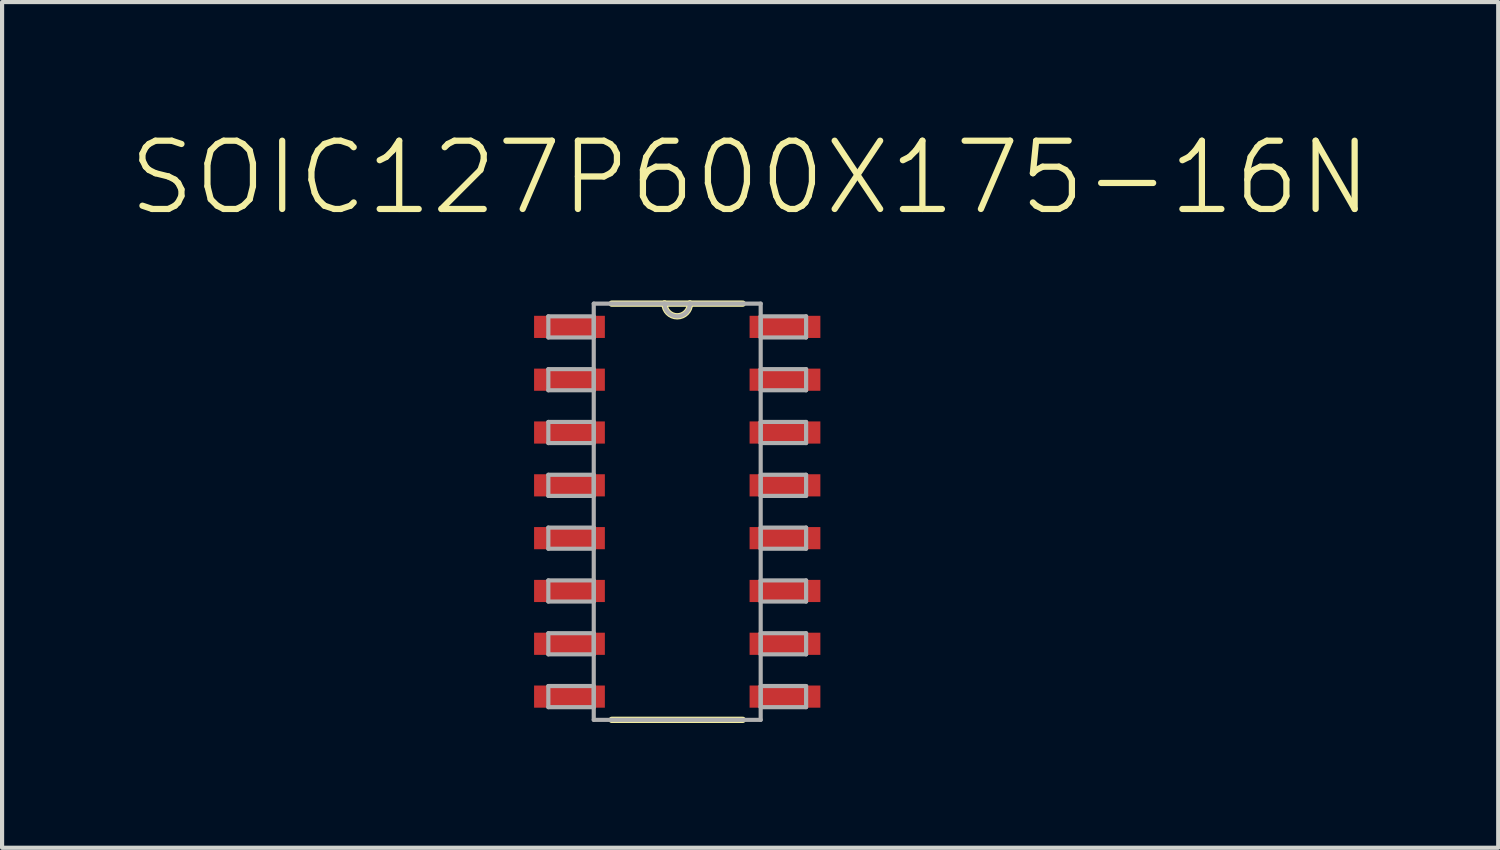
<source format=kicad_pcb>
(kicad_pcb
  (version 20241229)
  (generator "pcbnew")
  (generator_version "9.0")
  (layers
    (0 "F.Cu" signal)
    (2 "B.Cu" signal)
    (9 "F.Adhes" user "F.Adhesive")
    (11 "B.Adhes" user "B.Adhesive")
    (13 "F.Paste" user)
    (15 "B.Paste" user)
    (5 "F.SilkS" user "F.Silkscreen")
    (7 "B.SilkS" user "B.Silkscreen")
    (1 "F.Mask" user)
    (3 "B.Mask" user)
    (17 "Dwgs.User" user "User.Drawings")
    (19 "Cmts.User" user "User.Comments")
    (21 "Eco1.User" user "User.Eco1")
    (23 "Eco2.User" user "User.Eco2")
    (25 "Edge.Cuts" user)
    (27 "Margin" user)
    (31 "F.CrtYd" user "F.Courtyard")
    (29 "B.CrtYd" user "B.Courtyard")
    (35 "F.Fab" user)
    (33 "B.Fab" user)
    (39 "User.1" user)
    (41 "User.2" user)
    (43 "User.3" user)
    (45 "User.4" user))
  (footprint "SOIC127P600X175-16N"
    (layer "F.Cu")
    (at 13.234 9.255)
    (property "Reference" "SOIC127P600X175-16N" (at 1.754 -8.032 0) (layer "F.SilkS") (effects (font (size 1.641 1.641) (thickness 0.15))))
    (attr smd)
    (fp_line (start -1.575 5.004) (end 1.575 5.004) (stroke (width 0.152) (type solid)) (layer "F.SilkS"))
    (fp_line (start -0.305 -5.004) (end -1.575 -5.004) (stroke (width 0.152) (type solid)) (layer "F.SilkS"))
    (fp_line (start 0.305 -5.004) (end -0.305 -5.004) (stroke (width 0.152) (type solid)) (layer "F.SilkS"))
    (fp_line (start 1.575 -5.004) (end 0.305 -5.004) (stroke (width 0.152) (type solid)) (layer "F.SilkS"))
    (fp_arc (start 0.3048 -5.0038) (mid 0 -4.699) (end -0.3048 -5.0038) (stroke (width 0.1524) (type solid)) (layer "F.SilkS"))
    (fp_line (start -3.099 -4.699) (end -3.099 -4.191) (stroke (width 0.1) (type solid)) (layer "F.Fab"))
    (fp_line (start -3.099 -4.191) (end -2.007 -4.191) (stroke (width 0.1) (type solid)) (layer "F.Fab"))
    (fp_line (start -3.099 -3.429) (end -3.099 -2.921) (stroke (width 0.1) (type solid)) (layer "F.Fab"))
    (fp_line (start -3.099 -2.921) (end -2.007 -2.921) (stroke (width 0.1) (type solid)) (layer "F.Fab"))
    (fp_line (start -3.099 -2.159) (end -3.099 -1.651) (stroke (width 0.1) (type solid)) (layer "F.Fab"))
    (fp_line (start -3.099 -1.651) (end -2.007 -1.651) (stroke (width 0.1) (type solid)) (layer "F.Fab"))
    (fp_line (start -3.099 -0.889) (end -3.099 -0.381) (stroke (width 0.1) (type solid)) (layer "F.Fab"))
    (fp_line (start -3.099 -0.381) (end -2.007 -0.381) (stroke (width 0.1) (type solid)) (layer "F.Fab"))
    (fp_line (start -3.099 0.381) (end -3.099 0.889) (stroke (width 0.1) (type solid)) (layer "F.Fab"))
    (fp_line (start -3.099 0.889) (end -2.007 0.889) (stroke (width 0.1) (type solid)) (layer "F.Fab"))
    (fp_line (start -3.099 1.651) (end -3.099 2.159) (stroke (width 0.1) (type solid)) (layer "F.Fab"))
    (fp_line (start -3.099 2.159) (end -2.007 2.159) (stroke (width 0.1) (type solid)) (layer "F.Fab"))
    (fp_line (start -3.099 2.921) (end -3.099 3.429) (stroke (width 0.1) (type solid)) (layer "F.Fab"))
    (fp_line (start -3.099 3.429) (end -2.007 3.429) (stroke (width 0.1) (type solid)) (layer "F.Fab"))
    (fp_line (start -3.099 4.191) (end -3.099 4.699) (stroke (width 0.1) (type solid)) (layer "F.Fab"))
    (fp_line (start -3.099 4.699) (end -2.007 4.699) (stroke (width 0.1) (type solid)) (layer "F.Fab"))
    (fp_line (start -2.007 -5.004) (end -2.007 5.004) (stroke (width 0.1) (type solid)) (layer "F.Fab"))
    (fp_line (start -2.007 -4.699) (end -3.099 -4.699) (stroke (width 0.1) (type solid)) (layer "F.Fab"))
    (fp_line (start -2.007 -4.191) (end -2.007 -4.699) (stroke (width 0.1) (type solid)) (layer "F.Fab"))
    (fp_line (start -2.007 -3.429) (end -3.099 -3.429) (stroke (width 0.1) (type solid)) (layer "F.Fab"))
    (fp_line (start -2.007 -2.921) (end -2.007 -3.429) (stroke (width 0.1) (type solid)) (layer "F.Fab"))
    (fp_line (start -2.007 -2.159) (end -3.099 -2.159) (stroke (width 0.1) (type solid)) (layer "F.Fab"))
    (fp_line (start -2.007 -1.651) (end -2.007 -2.159) (stroke (width 0.1) (type solid)) (layer "F.Fab"))
    (fp_line (start -2.007 -0.889) (end -3.099 -0.889) (stroke (width 0.1) (type solid)) (layer "F.Fab"))
    (fp_line (start -2.007 -0.381) (end -2.007 -0.889) (stroke (width 0.1) (type solid)) (layer "F.Fab"))
    (fp_line (start -2.007 0.381) (end -3.099 0.381) (stroke (width 0.1) (type solid)) (layer "F.Fab"))
    (fp_line (start -2.007 0.889) (end -2.007 0.381) (stroke (width 0.1) (type solid)) (layer "F.Fab"))
    (fp_line (start -2.007 1.651) (end -3.099 1.651) (stroke (width 0.1) (type solid)) (layer "F.Fab"))
    (fp_line (start -2.007 2.159) (end -2.007 1.651) (stroke (width 0.1) (type solid)) (layer "F.Fab"))
    (fp_line (start -2.007 2.921) (end -3.099 2.921) (stroke (width 0.1) (type solid)) (layer "F.Fab"))
    (fp_line (start -2.007 3.429) (end -2.007 2.921) (stroke (width 0.1) (type solid)) (layer "F.Fab"))
    (fp_line (start -2.007 4.191) (end -3.099 4.191) (stroke (width 0.1) (type solid)) (layer "F.Fab"))
    (fp_line (start -2.007 4.699) (end -2.007 4.191) (stroke (width 0.1) (type solid)) (layer "F.Fab"))
    (fp_line (start -2.007 5.004) (end 2.007 5.004) (stroke (width 0.1) (type solid)) (layer "F.Fab"))
    (fp_line (start -0.305 -5.004) (end -2.007 -5.004) (stroke (width 0.1) (type solid)) (layer "F.Fab"))
    (fp_line (start 0.305 -5.004) (end -0.305 -5.004) (stroke (width 0.1) (type solid)) (layer "F.Fab"))
    (fp_line (start 2.007 -5.004) (end 0.305 -5.004) (stroke (width 0.1) (type solid)) (layer "F.Fab"))
    (fp_line (start 2.007 -4.699) (end 2.007 -4.191) (stroke (width 0.1) (type solid)) (layer "F.Fab"))
    (fp_line (start 2.007 -4.191) (end 3.099 -4.191) (stroke (width 0.1) (type solid)) (layer "F.Fab"))
    (fp_line (start 2.007 -3.429) (end 2.007 -2.921) (stroke (width 0.1) (type solid)) (layer "F.Fab"))
    (fp_line (start 2.007 -2.921) (end 3.099 -2.921) (stroke (width 0.1) (type solid)) (layer "F.Fab"))
    (fp_line (start 2.007 -2.159) (end 2.007 -1.651) (stroke (width 0.1) (type solid)) (layer "F.Fab"))
    (fp_line (start 2.007 -1.651) (end 3.099 -1.651) (stroke (width 0.1) (type solid)) (layer "F.Fab"))
    (fp_line (start 2.007 -0.889) (end 2.007 -0.381) (stroke (width 0.1) (type solid)) (layer "F.Fab"))
    (fp_line (start 2.007 -0.381) (end 3.099 -0.381) (stroke (width 0.1) (type solid)) (layer "F.Fab"))
    (fp_line (start 2.007 0.381) (end 2.007 0.889) (stroke (width 0.1) (type solid)) (layer "F.Fab"))
    (fp_line (start 2.007 0.889) (end 3.099 0.889) (stroke (width 0.1) (type solid)) (layer "F.Fab"))
    (fp_line (start 2.007 1.651) (end 2.007 2.159) (stroke (width 0.1) (type solid)) (layer "F.Fab"))
    (fp_line (start 2.007 2.159) (end 3.099 2.159) (stroke (width 0.1) (type solid)) (layer "F.Fab"))
    (fp_line (start 2.007 2.921) (end 2.007 3.429) (stroke (width 0.1) (type solid)) (layer "F.Fab"))
    (fp_line (start 2.007 3.429) (end 3.099 3.429) (stroke (width 0.1) (type solid)) (layer "F.Fab"))
    (fp_line (start 2.007 4.191) (end 2.007 4.699) (stroke (width 0.1) (type solid)) (layer "F.Fab"))
    (fp_line (start 2.007 4.699) (end 3.099 4.699) (stroke (width 0.1) (type solid)) (layer "F.Fab"))
    (fp_line (start 2.007 5.004) (end 2.007 -5.004) (stroke (width 0.1) (type solid)) (layer "F.Fab"))
    (fp_line (start 3.099 -4.699) (end 2.007 -4.699) (stroke (width 0.1) (type solid)) (layer "F.Fab"))
    (fp_line (start 3.099 -4.191) (end 3.099 -4.699) (stroke (width 0.1) (type solid)) (layer "F.Fab"))
    (fp_line (start 3.099 -3.429) (end 2.007 -3.429) (stroke (width 0.1) (type solid)) (layer "F.Fab"))
    (fp_line (start 3.099 -2.921) (end 3.099 -3.429) (stroke (width 0.1) (type solid)) (layer "F.Fab"))
    (fp_line (start 3.099 -2.159) (end 2.007 -2.159) (stroke (width 0.1) (type solid)) (layer "F.Fab"))
    (fp_line (start 3.099 -1.651) (end 3.099 -2.159) (stroke (width 0.1) (type solid)) (layer "F.Fab"))
    (fp_line (start 3.099 -0.889) (end 2.007 -0.889) (stroke (width 0.1) (type solid)) (layer "F.Fab"))
    (fp_line (start 3.099 -0.381) (end 3.099 -0.889) (stroke (width 0.1) (type solid)) (layer "F.Fab"))
    (fp_line (start 3.099 0.381) (end 2.007 0.381) (stroke (width 0.1) (type solid)) (layer "F.Fab"))
    (fp_line (start 3.099 0.889) (end 3.099 0.381) (stroke (width 0.1) (type solid)) (layer "F.Fab"))
    (fp_line (start 3.099 1.651) (end 2.007 1.651) (stroke (width 0.1) (type solid)) (layer "F.Fab"))
    (fp_line (start 3.099 2.159) (end 3.099 1.651) (stroke (width 0.1) (type solid)) (layer "F.Fab"))
    (fp_line (start 3.099 2.921) (end 2.007 2.921) (stroke (width 0.1) (type solid)) (layer "F.Fab"))
    (fp_line (start 3.099 3.429) (end 3.099 2.921) (stroke (width 0.1) (type solid)) (layer "F.Fab"))
    (fp_line (start 3.099 4.191) (end 2.007 4.191) (stroke (width 0.1) (type solid)) (layer "F.Fab"))
    (fp_line (start 3.099 4.699) (end 3.099 4.191) (stroke (width 0.1) (type solid)) (layer "F.Fab"))
    (fp_arc (start 0.3048 -5.0038) (mid 0 -4.699) (end -0.3048 -5.0038) (stroke (width 0.1) (type solid)) (layer "F.Fab"))
    (pad "1" smd rect (at -2.591 -4.445) (size 1.702 0.533) (layers "F.Cu" "F.Mask" "F.Paste"))
    (pad "2" smd rect (at -2.591 -3.175) (size 1.702 0.533) (layers "F.Cu" "F.Mask" "F.Paste"))
    (pad "3" smd rect (at -2.591 -1.905) (size 1.702 0.533) (layers "F.Cu" "F.Mask" "F.Paste"))
    (pad "4" smd rect (at -2.591 -0.635) (size 1.702 0.533) (layers "F.Cu" "F.Mask" "F.Paste"))
    (pad "5" smd rect (at -2.591 0.635) (size 1.702 0.533) (layers "F.Cu" "F.Mask" "F.Paste"))
    (pad "6" smd rect (at -2.591 1.905) (size 1.702 0.533) (layers "F.Cu" "F.Mask" "F.Paste"))
    (pad "7" smd rect (at -2.591 3.175) (size 1.702 0.533) (layers "F.Cu" "F.Mask" "F.Paste"))
    (pad "8" smd rect (at -2.591 4.445) (size 1.702 0.533) (layers "F.Cu" "F.Mask" "F.Paste"))
    (pad "9" smd rect (at 2.591 4.445) (size 1.702 0.533) (layers "F.Cu" "F.Mask" "F.Paste"))
    (pad "10" smd rect (at 2.591 3.175) (size 1.702 0.533) (layers "F.Cu" "F.Mask" "F.Paste"))
    (pad "11" smd rect (at 2.591 1.905) (size 1.702 0.533) (layers "F.Cu" "F.Mask" "F.Paste"))
    (pad "12" smd rect (at 2.591 0.635) (size 1.702 0.533) (layers "F.Cu" "F.Mask" "F.Paste"))
    (pad "13" smd rect (at 2.591 -0.635) (size 1.702 0.533) (layers "F.Cu" "F.Mask" "F.Paste"))
    (pad "14" smd rect (at 2.591 -1.905) (size 1.702 0.533) (layers "F.Cu" "F.Mask" "F.Paste"))
    (pad "15" smd rect (at 2.591 -3.175) (size 1.702 0.533) (layers "F.Cu" "F.Mask" "F.Paste"))
    (pad "16" smd rect (at 2.591 -4.445) (size 1.702 0.533) (layers "F.Cu" "F.Mask" "F.Paste")))
  (gr_rect
    (start -3 -3)
    (end 32.975 17.335)
    (stroke (width 0.1) (type default))
    (fill no)
    (layer "Edge.Cuts")))
</source>
